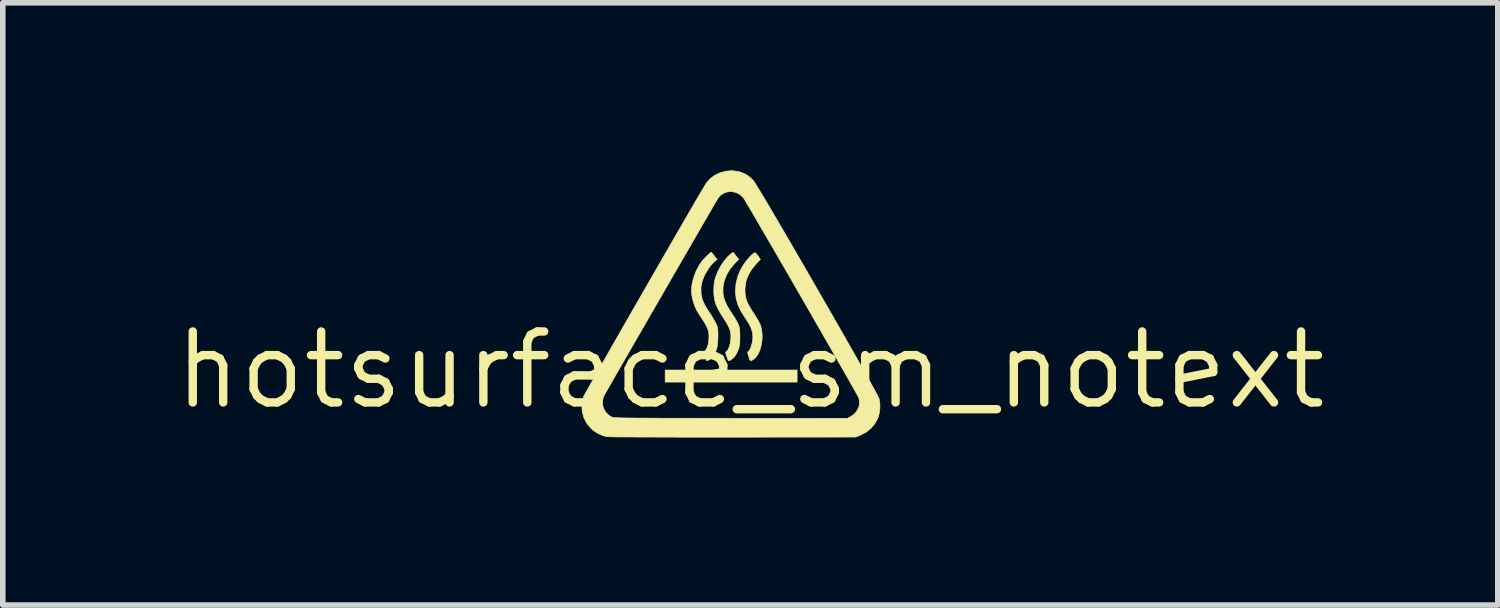
<source format=kicad_pcb>
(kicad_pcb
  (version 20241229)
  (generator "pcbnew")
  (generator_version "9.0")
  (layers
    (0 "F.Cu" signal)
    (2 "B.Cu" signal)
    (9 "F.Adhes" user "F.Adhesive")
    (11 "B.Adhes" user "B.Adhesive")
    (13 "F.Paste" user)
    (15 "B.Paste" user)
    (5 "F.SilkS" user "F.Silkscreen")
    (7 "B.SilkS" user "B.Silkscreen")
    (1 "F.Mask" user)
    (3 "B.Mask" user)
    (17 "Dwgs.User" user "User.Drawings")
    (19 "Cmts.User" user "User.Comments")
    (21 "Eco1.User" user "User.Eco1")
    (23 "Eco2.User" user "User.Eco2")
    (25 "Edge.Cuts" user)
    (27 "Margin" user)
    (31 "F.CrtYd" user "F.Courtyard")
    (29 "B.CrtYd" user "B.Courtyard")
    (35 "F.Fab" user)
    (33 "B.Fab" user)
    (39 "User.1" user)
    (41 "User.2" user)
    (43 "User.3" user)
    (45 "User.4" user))
  (footprint "hotsurface_sm_notext"
    (layer "F.Cu")
    (at 9.871 3.065)
    (property "Reference" "hotsurface_sm_notext" (at 0.508 0.508 0) (layer "F.SilkS") (effects (font (size 1.27 1.27) (thickness 0.15))))
    (attr through_hole)
    (fp_poly (pts (xy 1.346 0.724) (xy -1.016 0.724) (xy -1.016 0.508) (xy 1.346 0.508) (xy 1.346 0.724)) (stroke (width 0.01) (type solid)) (fill yes) (layer "F.SilkS"))
    (fp_poly (pts (xy 0.608 -1.583) (xy 0.629 -1.559) (xy 0.654 -1.524) (xy 0.689 -1.473) (xy 0.62 -1.4) (xy 0.532 -1.293) (xy 0.469 -1.183) (xy 0.429 -1.07) (xy 0.413 -0.95) (xy 0.413 -0.927) (xy 0.416 -0.854) (xy 0.426 -0.788) (xy 0.446 -0.724) (xy 0.478 -0.656) (xy 0.523 -0.579) (xy 0.563 -0.517) (xy 0.602 -0.456) (xy 0.638 -0.397) (xy 0.667 -0.345) (xy 0.686 -0.306) (xy 0.689 -0.301) (xy 0.711 -0.217) (xy 0.721 -0.125) (xy 0.719 -0.03) (xy 0.705 0.063) (xy 0.681 0.15) (xy 0.647 0.225) (xy 0.605 0.284) (xy 0.574 0.311) (xy 0.539 0.334) (xy 0.519 0.342) (xy 0.507 0.338) (xy 0.504 0.333) (xy 0.497 0.317) (xy 0.486 0.284) (xy 0.476 0.255) (xy 0.464 0.212) (xy 0.462 0.188) (xy 0.468 0.18) (xy 0.487 0.163) (xy 0.508 0.126) (xy 0.527 0.076) (xy 0.542 0.019) (xy 0.546 -0.000182) (xy 0.555 -0.079) (xy 0.549 -0.153) (xy 0.528 -0.228) (xy 0.491 -0.309) (xy 0.435 -0.399) (xy 0.413 -0.432) (xy 0.339 -0.548) (xy 0.287 -0.659) (xy 0.255 -0.768) (xy 0.242 -0.881) (xy 0.241 -0.915) (xy 0.254 -1.05) (xy 0.289 -1.184) (xy 0.347 -1.313) (xy 0.425 -1.433) (xy 0.491 -1.51) (xy 0.534 -1.554) (xy 0.565 -1.581) (xy 0.588 -1.591) (xy 0.608 -1.583)) (stroke (width 0.01) (type solid)) (fill yes) (layer "F.SilkS"))
    (fp_poly (pts (xy 0.302 -1.473) (xy 0.222 -1.392) (xy 0.144 -1.298) (xy 0.083 -1.194) (xy 0.041 -1.084) (xy 0.02 -0.974) (xy 0.02 -0.867) (xy 0.024 -0.84) (xy 0.038 -0.777) (xy 0.059 -0.716) (xy 0.089 -0.651) (xy 0.131 -0.579) (xy 0.183 -0.497) (xy 0.232 -0.423) (xy 0.268 -0.363) (xy 0.293 -0.313) (xy 0.309 -0.267) (xy 0.318 -0.219) (xy 0.322 -0.163) (xy 0.323 -0.095) (xy 0.322 -0.018) (xy 0.319 0.04) (xy 0.311 0.086) (xy 0.3 0.127) (xy 0.263 0.213) (xy 0.22 0.278) (xy 0.174 0.318) (xy 0.141 0.337) (xy 0.122 0.342) (xy 0.111 0.335) (xy 0.11 0.333) (xy 0.104 0.317) (xy 0.092 0.284) (xy 0.083 0.256) (xy 0.071 0.217) (xy 0.067 0.195) (xy 0.072 0.182) (xy 0.086 0.171) (xy 0.086 0.171) (xy 0.11 0.141) (xy 0.132 0.091) (xy 0.149 0.027) (xy 0.159 -0.048) (xy 0.16 -0.057) (xy 0.161 -0.127) (xy 0.149 -0.194) (xy 0.123 -0.263) (xy 0.082 -0.339) (xy 0.04 -0.404) (xy -0.023 -0.502) (xy -0.071 -0.587) (xy -0.106 -0.663) (xy -0.128 -0.737) (xy -0.141 -0.814) (xy -0.145 -0.898) (xy -0.145 -0.921) (xy -0.143 -0.993) (xy -0.138 -1.05) (xy -0.128 -1.101) (xy -0.113 -1.155) (xy -0.11 -1.162) (xy -0.073 -1.255) (xy -0.025 -1.347) (xy 0.032 -1.434) (xy 0.092 -1.508) (xy 0.153 -1.565) (xy 0.164 -1.574) (xy 0.201 -1.6) (xy 0.302 -1.473)) (stroke (width 0.01) (type solid)) (fill yes) (layer "F.SilkS"))
    (fp_poly (pts (xy -0.187 -1.599) (xy -0.178 -1.587) (xy -0.157 -1.561) (xy -0.134 -1.533) (xy -0.086 -1.471) (xy -0.132 -1.433) (xy -0.163 -1.403) (xy -0.2 -1.361) (xy -0.235 -1.316) (xy -0.235 -1.315) (xy -0.306 -1.198) (xy -0.353 -1.083) (xy -0.375 -0.968) (xy -0.372 -0.857) (xy -0.369 -0.838) (xy -0.353 -0.768) (xy -0.328 -0.701) (xy -0.292 -0.63) (xy -0.242 -0.55) (xy -0.222 -0.519) (xy -0.184 -0.462) (xy -0.148 -0.402) (xy -0.118 -0.348) (xy -0.109 -0.33) (xy -0.093 -0.294) (xy -0.082 -0.264) (xy -0.075 -0.233) (xy -0.072 -0.195) (xy -0.07 -0.143) (xy -0.07 -0.089) (xy -0.074 0.015) (xy -0.086 0.1) (xy -0.107 0.17) (xy -0.138 0.232) (xy -0.159 0.262) (xy -0.186 0.291) (xy -0.22 0.318) (xy -0.252 0.337) (xy -0.271 0.343) (xy -0.278 0.332) (xy -0.29 0.304) (xy -0.304 0.268) (xy -0.332 0.194) (xy -0.3 0.162) (xy -0.271 0.121) (xy -0.25 0.063) (xy -0.236 -0.015) (xy -0.232 -0.052) (xy -0.232 -0.125) (xy -0.243 -0.194) (xy -0.269 -0.264) (xy -0.312 -0.342) (xy -0.349 -0.399) (xy -0.386 -0.455) (xy -0.421 -0.511) (xy -0.45 -0.559) (xy -0.463 -0.584) (xy -0.492 -0.652) (xy -0.517 -0.733) (xy -0.536 -0.815) (xy -0.545 -0.888) (xy -0.546 -0.909) (xy -0.536 -1.024) (xy -0.507 -1.144) (xy -0.462 -1.263) (xy -0.403 -1.373) (xy -0.367 -1.426) (xy -0.336 -1.464) (xy -0.299 -1.505) (xy -0.262 -1.542) (xy -0.228 -1.573) (xy -0.202 -1.594) (xy -0.188 -1.6) (xy -0.187 -1.599)) (stroke (width 0.01) (type solid)) (fill yes) (layer "F.SilkS"))
    (fp_poly (pts (xy 0.282 -3.048) (xy 0.332 -3.035) (xy 0.411 -3.003) (xy 0.476 -2.963) (xy 0.537 -2.91) (xy 0.566 -2.88) (xy 0.58 -2.86) (xy 0.606 -2.819) (xy 0.643 -2.759) (xy 0.69 -2.681) (xy 0.747 -2.587) (xy 0.812 -2.478) (xy 0.884 -2.356) (xy 0.963 -2.221) (xy 1.049 -2.075) (xy 1.139 -1.92) (xy 1.234 -1.758) (xy 1.332 -1.588) (xy 1.434 -1.413) (xy 1.537 -1.235) (xy 1.641 -1.054) (xy 1.746 -0.872) (xy 1.85 -0.691) (xy 1.953 -0.512) (xy 2.054 -0.335) (xy 2.153 -0.164) (xy 2.247 0.002) (xy 2.337 0.16) (xy 2.422 0.309) (xy 2.5 0.448) (xy 2.572 0.576) (xy 2.636 0.69) (xy 2.692 0.79) (xy 2.738 0.874) (xy 2.774 0.941) (xy 2.799 0.989) (xy 2.812 1.017) (xy 2.814 1.022) (xy 2.828 1.106) (xy 2.828 1.2) (xy 2.814 1.295) (xy 2.795 1.359) (xy 2.744 1.459) (xy 2.672 1.547) (xy 2.583 1.62) (xy 2.48 1.674) (xy 2.473 1.677) (xy 2.394 1.708) (xy 0.197 1.71) (xy -0.038 1.71) (xy -0.267 1.71) (xy -0.489 1.71) (xy -0.701 1.71) (xy -0.903 1.709) (xy -1.093 1.709) (xy -1.271 1.708) (xy -1.434 1.708) (xy -1.581 1.707) (xy -1.711 1.706) (xy -1.823 1.706) (xy -1.915 1.705) (xy -1.987 1.704) (xy -2.035 1.703) (xy -2.06 1.701) (xy -2.063 1.701) (xy -2.142 1.679) (xy -2.224 1.64) (xy -2.301 1.589) (xy -2.344 1.552) (xy -2.419 1.461) (xy -2.471 1.36) (xy -2.501 1.252) (xy -2.507 1.138) (xy -2.504 1.119) (xy -2.137 1.119) (xy -2.118 1.194) (xy -2.08 1.262) (xy -2.023 1.318) (xy -1.962 1.354) (xy -1.953 1.356) (xy -1.936 1.358) (xy -1.909 1.36) (xy -1.871 1.362) (xy -1.823 1.363) (xy -1.762 1.365) (xy -1.687 1.366) (xy -1.597 1.367) (xy -1.493 1.368) (xy -1.371 1.368) (xy -1.232 1.369) (xy -1.074 1.37) (xy -0.896 1.37) (xy -0.698 1.37) (xy -0.478 1.371) (xy -0.234 1.371) (xy 0.033 1.371) (xy 0.16 1.371) (xy 2.245 1.372) (xy 2.313 1.336) (xy 2.377 1.289) (xy 2.425 1.227) (xy 2.455 1.155) (xy 2.463 1.078) (xy 2.451 1.008) (xy 2.443 0.992) (xy 2.423 0.955) (xy 2.391 0.899) (xy 2.35 0.825) (xy 2.299 0.735) (xy 2.24 0.63) (xy 2.172 0.513) (xy 2.098 0.383) (xy 2.018 0.242) (xy 1.932 0.093) (xy 1.842 -0.064) (xy 1.749 -0.227) (xy 1.652 -0.395) (xy 1.554 -0.566) (xy 1.454 -0.739) (xy 1.354 -0.912) (xy 1.255 -1.084) (xy 1.157 -1.254) (xy 1.061 -1.419) (xy 0.968 -1.58) (xy 0.879 -1.733) (xy 0.794 -1.879) (xy 0.715 -2.014) (xy 0.643 -2.139) (xy 0.577 -2.251) (xy 0.52 -2.349) (xy 0.471 -2.431) (xy 0.432 -2.497) (xy 0.404 -2.545) (xy 0.386 -2.572) (xy 0.382 -2.578) (xy 0.324 -2.633) (xy 0.256 -2.668) (xy 0.183 -2.685) (xy 0.108 -2.682) (xy 0.037 -2.66) (xy -0.025 -2.619) (xy -0.069 -2.568) (xy -0.079 -2.551) (xy -0.101 -2.513) (xy -0.135 -2.457) (xy -0.178 -2.382) (xy -0.23 -2.292) (xy -0.291 -2.186) (xy -0.36 -2.068) (xy -0.435 -1.938) (xy -0.517 -1.797) (xy -0.603 -1.648) (xy -0.694 -1.491) (xy -0.788 -1.328) (xy -0.885 -1.16) (xy -0.983 -0.99) (xy -1.083 -0.817) (xy -1.182 -0.645) (xy -1.281 -0.474) (xy -1.378 -0.306) (xy -1.472 -0.142) (xy -1.564 0.016) (xy -1.651 0.167) (xy -1.733 0.31) (xy -1.809 0.442) (xy -1.879 0.563) (xy -1.941 0.671) (xy -1.994 0.765) (xy -2.039 0.843) (xy -2.073 0.903) (xy -2.097 0.944) (xy -2.109 0.966) (xy -2.109 0.967) (xy -2.135 1.042) (xy -2.137 1.119) (xy -2.504 1.119) (xy -2.488 1.023) (xy -2.476 0.984) (xy -2.468 0.968) (xy -2.448 0.931) (xy -2.417 0.875) (xy -2.375 0.801) (xy -2.324 0.711) (xy -2.265 0.605) (xy -2.197 0.486) (xy -2.122 0.355) (xy -2.041 0.213) (xy -1.955 0.061) (xy -1.863 -0.098) (xy -1.768 -0.265) (xy -1.67 -0.436) (xy -1.569 -0.612) (xy -1.467 -0.789) (xy -1.364 -0.968) (xy -1.261 -1.147) (xy -1.159 -1.324) (xy -1.059 -1.498) (xy -0.961 -1.668) (xy -0.867 -1.831) (xy -0.776 -1.988) (xy -0.691 -2.135) (xy -0.611 -2.273) (xy -0.538 -2.399) (xy -0.472 -2.513) (xy -0.414 -2.612) (xy -0.365 -2.695) (xy -0.325 -2.762) (xy -0.297 -2.81) (xy -0.279 -2.838) (xy -0.276 -2.843) (xy -0.21 -2.918) (xy -0.127 -2.978) (xy -0.032 -3.023) (xy 0.072 -3.051) (xy 0.178 -3.06) (xy 0.282 -3.048)) (stroke (width 0.01) (type solid)) (fill yes) (layer "F.SilkS")))
  (gr_rect
    (start -3 -3)
    (end 23.758 7.78)
    (stroke (width 0.1) (type default))
    (fill no)
    (layer "Edge.Cuts")))
</source>
